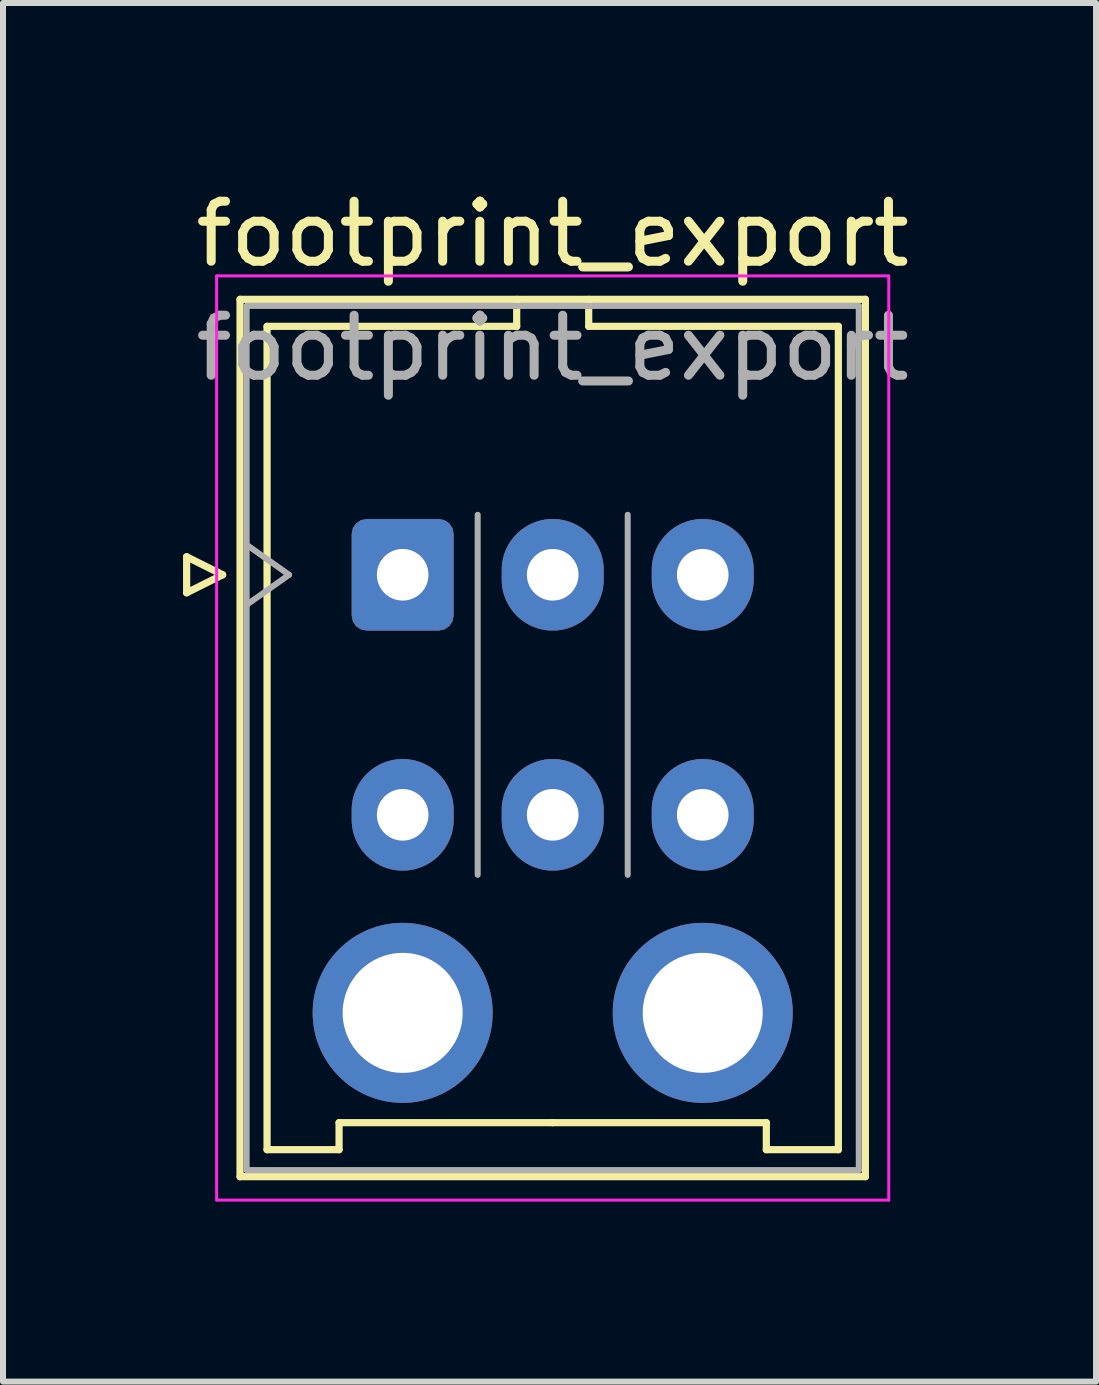
<source format=kicad_pcb>
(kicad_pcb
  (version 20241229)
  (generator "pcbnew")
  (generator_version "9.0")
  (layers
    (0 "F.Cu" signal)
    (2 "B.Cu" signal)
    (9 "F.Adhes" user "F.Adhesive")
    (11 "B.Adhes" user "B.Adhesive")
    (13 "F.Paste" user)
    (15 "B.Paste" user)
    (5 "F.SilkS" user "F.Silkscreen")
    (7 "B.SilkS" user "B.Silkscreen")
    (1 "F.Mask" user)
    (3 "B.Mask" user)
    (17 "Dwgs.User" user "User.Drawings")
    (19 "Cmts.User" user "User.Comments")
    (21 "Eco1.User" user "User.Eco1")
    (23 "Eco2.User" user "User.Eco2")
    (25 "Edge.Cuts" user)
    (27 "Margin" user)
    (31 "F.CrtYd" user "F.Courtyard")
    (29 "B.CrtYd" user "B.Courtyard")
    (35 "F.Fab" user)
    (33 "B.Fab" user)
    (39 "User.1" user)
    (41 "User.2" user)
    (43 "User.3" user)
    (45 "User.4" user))
  (footprint "footprint_export"
    (layer "F.Cu")
    (at 3.66 6.528)
    (property "Reference" "footprint_export" (at 2.5 -5.68 0) (layer "F.SilkS") (effects (font (size 1 1) (thickness 0.15))))
    (attr through_hole)
    (fp_line (start -3.6 -0.3) (end -3 0) (stroke (width 0.12) (type solid)) (layer "F.SilkS"))
    (fp_line (start -3.6 0.3) (end -3.6 -0.3) (stroke (width 0.12) (type solid)) (layer "F.SilkS"))
    (fp_line (start -3 0) (end -3.6 0.3) (stroke (width 0.12) (type solid)) (layer "F.SilkS"))
    (fp_line (start -2.71 -4.59) (end -2.71 10.03) (stroke (width 0.12) (type solid)) (layer "F.SilkS"))
    (fp_line (start -2.71 10.03) (end 7.71 10.03) (stroke (width 0.12) (type solid)) (layer "F.SilkS"))
    (fp_line (start -2.26 -4.14) (end -2.26 9.58) (stroke (width 0.12) (type solid)) (layer "F.SilkS"))
    (fp_line (start -2.26 9.58) (end -1.06 9.58) (stroke (width 0.12) (type solid)) (layer "F.SilkS"))
    (fp_line (start -1.06 9.13) (end 2.5 9.13) (stroke (width 0.12) (type solid)) (layer "F.SilkS"))
    (fp_line (start -1.06 9.58) (end -1.06 9.13) (stroke (width 0.12) (type solid)) (layer "F.SilkS"))
    (fp_line (start 1.9 -4.59) (end 1.9 -4.14) (stroke (width 0.12) (type solid)) (layer "F.SilkS"))
    (fp_line (start 1.9 -4.14) (end -2.26 -4.14) (stroke (width 0.12) (type solid)) (layer "F.SilkS"))
    (fp_line (start 3.1 -4.59) (end 3.1 -4.14) (stroke (width 0.12) (type solid)) (layer "F.SilkS"))
    (fp_line (start 3.1 -4.14) (end 7.26 -4.14) (stroke (width 0.12) (type solid)) (layer "F.SilkS"))
    (fp_line (start 6.06 9.13) (end 2.5 9.13) (stroke (width 0.12) (type solid)) (layer "F.SilkS"))
    (fp_line (start 6.06 9.58) (end 6.06 9.13) (stroke (width 0.12) (type solid)) (layer "F.SilkS"))
    (fp_line (start 7.26 -4.14) (end 7.26 9.58) (stroke (width 0.12) (type solid)) (layer "F.SilkS"))
    (fp_line (start 7.26 9.58) (end 6.06 9.58) (stroke (width 0.12) (type solid)) (layer "F.SilkS"))
    (fp_line (start 7.71 -4.59) (end -2.71 -4.59) (stroke (width 0.12) (type solid)) (layer "F.SilkS"))
    (fp_line (start 7.71 10.03) (end 7.71 -4.59) (stroke (width 0.12) (type solid)) (layer "F.SilkS"))
    (fp_line (start -3.1 -4.98) (end -3.1 10.42) (stroke (width 0.05) (type solid)) (layer "F.CrtYd"))
    (fp_line (start -3.1 10.42) (end 8.1 10.42) (stroke (width 0.05) (type solid)) (layer "F.CrtYd"))
    (fp_line (start 8.1 -4.98) (end -3.1 -4.98) (stroke (width 0.05) (type solid)) (layer "F.CrtYd"))
    (fp_line (start 8.1 10.42) (end 8.1 -4.98) (stroke (width 0.05) (type solid)) (layer "F.CrtYd"))
    (fp_line (start -2.6 -4.48) (end -2.6 9.92) (stroke (width 0.1) (type solid)) (layer "F.Fab"))
    (fp_line (start -2.6 0.5) (end -1.893 0) (stroke (width 0.1) (type solid)) (layer "F.Fab"))
    (fp_line (start -2.6 9.92) (end 7.6 9.92) (stroke (width 0.1) (type solid)) (layer "F.Fab"))
    (fp_line (start -1.893 0) (end -2.6 -0.5) (stroke (width 0.1) (type solid)) (layer "F.Fab"))
    (fp_line (start 1.25 5) (end 1.25 -1) (stroke (width 0.1) (type solid)) (layer "F.Fab"))
    (fp_line (start 3.75 5) (end 3.75 -1) (stroke (width 0.1) (type solid)) (layer "F.Fab"))
    (fp_line (start 7.6 -4.48) (end -2.6 -4.48) (stroke (width 0.1) (type solid)) (layer "F.Fab"))
    (fp_line (start 7.6 9.92) (end 7.6 -4.48) (stroke (width 0.1) (type solid)) (layer "F.Fab"))
    (fp_text user "${REFERENCE}" (at 2.5 -3.78 0) (layer "F.Fab") (effects (font (size 1 1) (thickness 0.15))))
    (pad "" thru_hole circle (at 0 7.3) (size 3 3) (drill 2) (layers "*.Cu" "*.Mask"))
    (pad "" thru_hole circle (at 5 7.3) (size 3 3) (drill 2) (layers "*.Cu" "*.Mask"))
    (pad "1" thru_hole roundrect (at 0 0) (size 1.7 1.86) (drill 0.86) (layers "*.Cu" "*.Mask") (roundrect_rratio 0.147))
    (pad "2" thru_hole oval (at 2.5 0) (size 1.7 1.86) (drill 0.86) (layers "*.Cu" "*.Mask"))
    (pad "3" thru_hole oval (at 5 0) (size 1.7 1.86) (drill 0.86) (layers "*.Cu" "*.Mask"))
    (pad "4" thru_hole oval (at 0 4) (size 1.7 1.86) (drill 0.86) (layers "*.Cu" "*.Mask"))
    (pad "5" thru_hole oval (at 2.5 4) (size 1.7 1.86) (drill 0.86) (layers "*.Cu" "*.Mask"))
    (pad "6" thru_hole oval (at 5 4) (size 1.7 1.86) (drill 0.86) (layers "*.Cu" "*.Mask")))
  (gr_rect
    (start -3 -3)
    (end 15.214 19.973)
    (stroke (width 0.1) (type default))
    (fill no)
    (layer "Edge.Cuts")))
</source>
